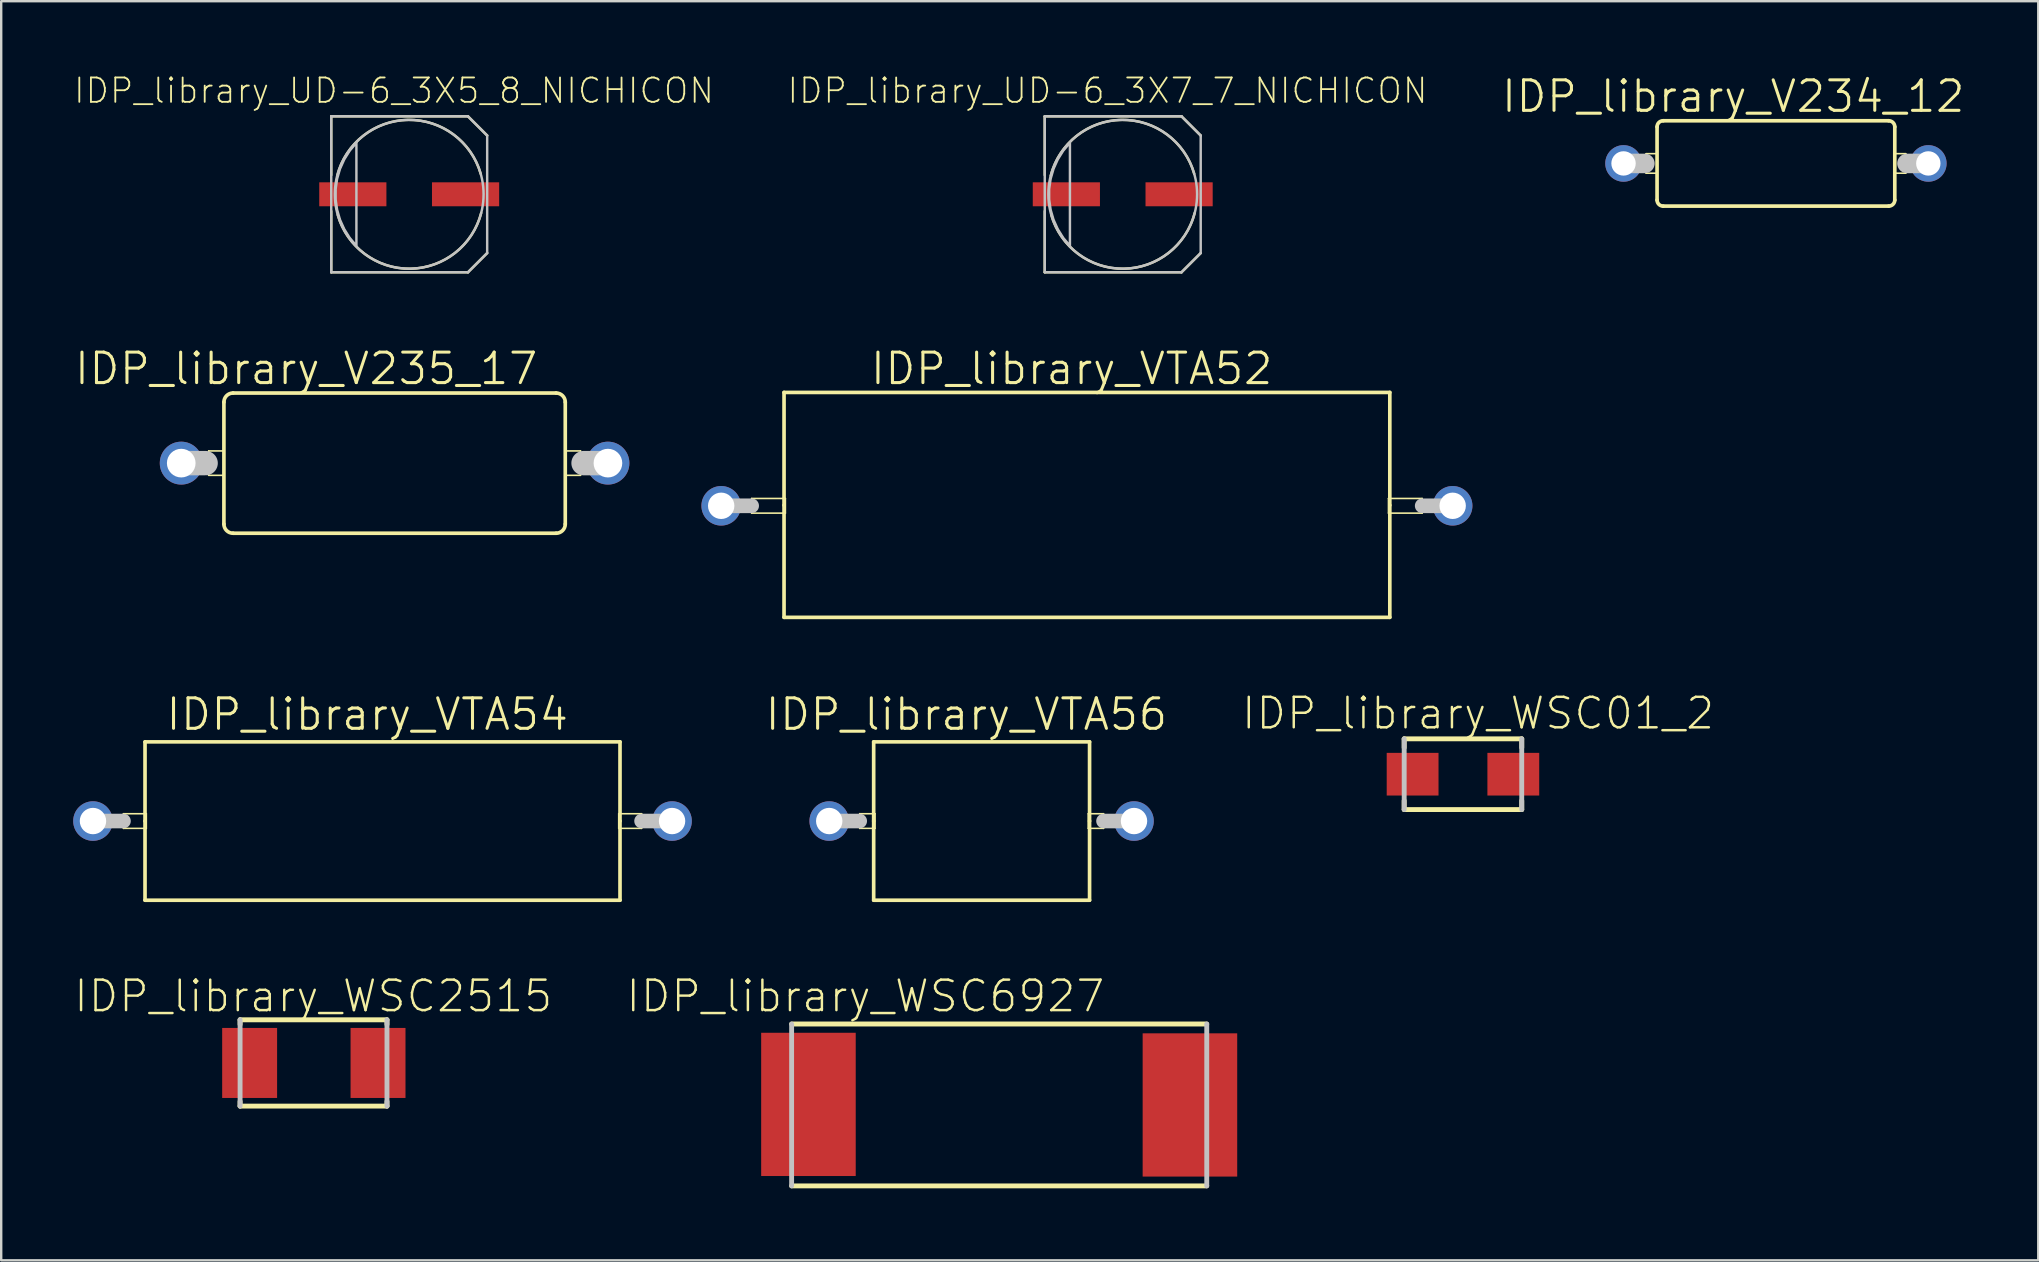
<source format=kicad_pcb>
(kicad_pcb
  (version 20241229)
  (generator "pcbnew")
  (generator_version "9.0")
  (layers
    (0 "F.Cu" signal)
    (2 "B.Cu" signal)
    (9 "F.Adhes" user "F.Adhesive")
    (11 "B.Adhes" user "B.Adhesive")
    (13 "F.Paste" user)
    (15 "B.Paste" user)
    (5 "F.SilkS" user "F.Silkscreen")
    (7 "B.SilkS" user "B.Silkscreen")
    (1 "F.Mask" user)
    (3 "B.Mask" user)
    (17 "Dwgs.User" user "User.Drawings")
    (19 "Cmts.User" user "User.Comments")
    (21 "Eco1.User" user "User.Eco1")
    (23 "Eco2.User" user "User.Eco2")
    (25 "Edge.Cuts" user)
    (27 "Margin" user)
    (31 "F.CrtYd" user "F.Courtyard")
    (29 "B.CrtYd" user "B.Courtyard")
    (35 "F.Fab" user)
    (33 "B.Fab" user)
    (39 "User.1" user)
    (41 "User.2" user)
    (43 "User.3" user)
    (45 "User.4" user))
  (footprint "IDP_library_V234_12"
    (layer "F.Cu")
    (at 70.951 3.76)
    (property "Reference" "IDP_library_V234_12" (at -1.778 -2.794 0) (layer "F.SilkS") (effects (font (size 1.27 1.27) (thickness 0.127))))
    (attr exclude_from_pos_files exclude_from_bom)
    (fp_line (start -5.41 -0.406) (end -4.953 -0.406) (stroke (width 0.066) (type solid)) (layer "F.SilkS"))
    (fp_line (start -5.41 0.406) (end -5.41 -0.406) (stroke (width 0.066) (type solid)) (layer "F.SilkS"))
    (fp_line (start -5.41 0.406) (end -4.953 0.406) (stroke (width 0.066) (type solid)) (layer "F.SilkS"))
    (fp_line (start -4.953 -1.524) (end -4.953 1.524) (stroke (width 0.152) (type solid)) (layer "F.SilkS"))
    (fp_line (start -4.953 0.406) (end -4.953 -0.406) (stroke (width 0.066) (type solid)) (layer "F.SilkS"))
    (fp_line (start -4.699 -1.778) (end 4.699 -1.778) (stroke (width 0.152) (type solid)) (layer "F.SilkS"))
    (fp_line (start 4.699 1.778) (end -4.699 1.778) (stroke (width 0.152) (type solid)) (layer "F.SilkS"))
    (fp_line (start 4.953 -1.524) (end 4.953 1.524) (stroke (width 0.152) (type solid)) (layer "F.SilkS"))
    (fp_line (start 4.953 -0.406) (end 5.41 -0.406) (stroke (width 0.066) (type solid)) (layer "F.SilkS"))
    (fp_line (start 4.953 0.406) (end 4.953 -0.406) (stroke (width 0.066) (type solid)) (layer "F.SilkS"))
    (fp_line (start 4.953 0.406) (end 5.41 0.406) (stroke (width 0.066) (type solid)) (layer "F.SilkS"))
    (fp_line (start 5.41 0.406) (end 5.41 -0.406) (stroke (width 0.066) (type solid)) (layer "F.SilkS"))
    (fp_arc (start -4.953 -1.524) (mid -4.878605 -1.703605) (end -4.699 -1.778) (stroke (width 0.1524) (type solid)) (layer "F.SilkS"))
    (fp_arc (start -4.699 1.778) (mid -4.878605 1.703605) (end -4.953 1.524) (stroke (width 0.1524) (type solid)) (layer "F.SilkS"))
    (fp_arc (start 4.699 -1.778) (mid 4.878605 -1.703605) (end 4.953 -1.524) (stroke (width 0.1524) (type solid)) (layer "F.SilkS"))
    (fp_arc (start 4.953 1.524) (mid 4.878605 1.703605) (end 4.699 1.778) (stroke (width 0.1524) (type solid)) (layer "F.SilkS"))
    (fp_line (start -6.35 0) (end -5.461 0) (stroke (width 0.813) (type solid)) (layer "Dwgs.User"))
    (fp_line (start 6.35 0) (end 5.461 0) (stroke (width 0.813) (type solid)) (layer "Dwgs.User"))
    (pad "1" thru_hole circle (at -6.35 0) (size 1.524 1.524) (drill 1.016) (layers "*.Cu" "*.Paste" "*.Mask"))
    (pad "2" thru_hole circle (at 6.35 0) (size 1.524 1.524) (drill 1.016) (layers "*.Cu" "*.Paste" "*.Mask")))
  (footprint "IDP_library_UD-6_3X5_8_NICHICON"
    (layer "F.Cu")
    (at 14.001 5.046)
    (property "Reference" "IDP_library_UD-6_3X5_8_NICHICON" (at -0.635 -4.318 0) (layer "F.SilkS") (effects (font (size 1.016 1.016) (thickness 0.076))))
    (attr smd)
    (fp_line (start -3.249 -3.249) (end 2.449 -3.249) (stroke (width 0.102) (type solid)) (layer "F.SilkS"))
    (fp_line (start -3.249 -0.798) (end -3.249 -3.249) (stroke (width 0.102) (type solid)) (layer "F.SilkS"))
    (fp_line (start -3.249 3.249) (end -3.249 0.699) (stroke (width 0.102) (type solid)) (layer "F.SilkS"))
    (fp_line (start 2.449 -3.249) (end 3.249 -2.449) (stroke (width 0.102) (type solid)) (layer "F.SilkS"))
    (fp_line (start 2.449 3.249) (end -3.249 3.249) (stroke (width 0.102) (type solid)) (layer "F.SilkS"))
    (fp_line (start 3.249 2.449) (end 2.449 3.249) (stroke (width 0.102) (type solid)) (layer "F.SilkS"))
    (fp_arc (start -2.99974 -0.7747) (mid -0.041101 -3.101702) (end 2.978257 -0.854045) (stroke (width 0.1016) (type solid)) (layer "F.SilkS"))
    (fp_arc (start 2.99974 0.7747) (mid 0.041101 3.101702) (end -2.978257 0.854045) (stroke (width 0.1016) (type solid)) (layer "F.SilkS"))
    (fp_line (start -3.249 -3.249) (end 2.449 -3.249) (stroke (width 0.102) (type solid)) (layer "Dwgs.User"))
    (fp_line (start -3.249 3.249) (end -3.249 -3.249) (stroke (width 0.102) (type solid)) (layer "Dwgs.User"))
    (fp_line (start 2.449 -3.249) (end 3.249 -2.449) (stroke (width 0.102) (type solid)) (layer "Dwgs.User"))
    (fp_line (start 2.449 3.249) (end -3.249 3.249) (stroke (width 0.102) (type solid)) (layer "Dwgs.User"))
    (fp_line (start 3.249 -2.449) (end 3.249 2.449) (stroke (width 0.102) (type solid)) (layer "Dwgs.User"))
    (fp_line (start 3.249 2.449) (end 2.449 3.249) (stroke (width 0.102) (type solid)) (layer "Dwgs.User"))
    (fp_circle (center 0 0) (end 0 -3.099) (stroke (width 0.102) (type solid)) (fill no) (layer "Dwgs.User"))
    (fp_poly (pts (xy -2.2 -2.149) (xy -2.479 -1.819) (xy -2.708 -1.453) (xy -2.885 -1.059) (xy -3.005 -0.643) (xy -3.066 -0.216) (xy -3.066 0.216) (xy -3.005 0.643) (xy -2.885 1.059) (xy -2.708 1.453) (xy -2.479 1.819) (xy -2.2 2.149) (xy -2.2 -2.149)) (stroke (width 0.102) (type solid)) (fill no) (layer "Dwgs.User"))
    (pad "+" smd rect (at 2.349 0) (size 2.799 0.998) (layers "F.Cu" "F.Mask" "F.Paste"))
    (pad "-" smd rect (at -2.349 0) (size 2.799 0.998) (layers "F.Cu" "F.Mask" "F.Paste")))
  (footprint "IDP_library_WSC2515"
    (layer "F.Cu")
    (at 10.027 41.242)
    (property "Reference" "IDP_library_WSC2515" (at -0.023 -2.784 0) (layer "F.SilkS") (effects (font (size 1.27 1.27) (thickness 0.102))))
    (attr smd)
    (fp_line (start -3.073 -1.798) (end -3.073 -1.605) (stroke (width 0.203) (type solid)) (layer "F.SilkS"))
    (fp_line (start -3.073 1.605) (end -3.073 1.798) (stroke (width 0.203) (type solid)) (layer "F.SilkS"))
    (fp_line (start -3.073 1.798) (end 3.048 1.798) (stroke (width 0.203) (type solid)) (layer "F.SilkS"))
    (fp_line (start 3.048 -1.798) (end -3.073 -1.798) (stroke (width 0.203) (type solid)) (layer "F.SilkS"))
    (fp_line (start 3.048 -1.605) (end 3.048 -1.798) (stroke (width 0.203) (type solid)) (layer "F.SilkS"))
    (fp_line (start 3.048 1.798) (end 3.048 1.605) (stroke (width 0.203) (type solid)) (layer "F.SilkS"))
    (fp_line (start -3.073 -1.798) (end -3.073 1.798) (stroke (width 0.203) (type solid)) (layer "Dwgs.User"))
    (fp_line (start 3.048 1.798) (end 3.048 -1.798) (stroke (width 0.203) (type solid)) (layer "Dwgs.User"))
    (pad "1" smd rect (at -2.675 0) (size 2.289 2.918) (layers "F.Cu" "F.Mask" "F.Paste"))
    (pad "2" smd rect (at 2.675 0) (size 2.289 2.918) (layers "F.Cu" "F.Mask" "F.Paste")))
  (footprint "IDP_library_VTA56"
    (layer "F.Cu")
    (at 37.853 31.162)
    (property "Reference" "IDP_library_VTA56" (at -0.635 -4.445 0) (layer "F.SilkS") (effects (font (size 1.27 1.27) (thickness 0.127))))
    (attr exclude_from_pos_files exclude_from_bom)
    (fp_line (start -5.08 -0.305) (end -4.445 -0.305) (stroke (width 0.066) (type solid)) (layer "F.SilkS"))
    (fp_line (start -5.08 0.305) (end -5.08 -0.305) (stroke (width 0.066) (type solid)) (layer "F.SilkS"))
    (fp_line (start -5.08 0.305) (end -4.445 0.305) (stroke (width 0.066) (type solid)) (layer "F.SilkS"))
    (fp_line (start -4.498 -3.299) (end -4.498 0) (stroke (width 0.152) (type solid)) (layer "F.SilkS"))
    (fp_line (start -4.498 0) (end -4.498 3.299) (stroke (width 0.152) (type solid)) (layer "F.SilkS"))
    (fp_line (start -4.498 3.299) (end 4.498 3.299) (stroke (width 0.152) (type solid)) (layer "F.SilkS"))
    (fp_line (start -4.445 0.305) (end -4.445 -0.305) (stroke (width 0.066) (type solid)) (layer "F.SilkS"))
    (fp_line (start 4.445 -0.305) (end 5.08 -0.305) (stroke (width 0.066) (type solid)) (layer "F.SilkS"))
    (fp_line (start 4.445 0.305) (end 4.445 -0.305) (stroke (width 0.066) (type solid)) (layer "F.SilkS"))
    (fp_line (start 4.445 0.305) (end 5.08 0.305) (stroke (width 0.066) (type solid)) (layer "F.SilkS"))
    (fp_line (start 4.498 -3.299) (end -4.498 -3.299) (stroke (width 0.152) (type solid)) (layer "F.SilkS"))
    (fp_line (start 4.498 0) (end 4.498 -3.299) (stroke (width 0.152) (type solid)) (layer "F.SilkS"))
    (fp_line (start 4.498 3.299) (end 4.498 0) (stroke (width 0.152) (type solid)) (layer "F.SilkS"))
    (fp_line (start 5.08 0.305) (end 5.08 -0.305) (stroke (width 0.066) (type solid)) (layer "F.SilkS"))
    (fp_line (start -6.35 0) (end -5.08 0) (stroke (width 0.61) (type solid)) (layer "Dwgs.User"))
    (fp_line (start 5.08 0) (end 6.35 0) (stroke (width 0.61) (type solid)) (layer "Dwgs.User"))
    (pad "1" thru_hole circle (at -6.35 0) (size 1.648 1.648) (drill 1.1) (layers "*.Cu" "*.Paste" "*.Mask"))
    (pad "2" thru_hole circle (at 6.35 0) (size 1.648 1.648) (drill 1.1) (layers "*.Cu" "*.Paste" "*.Mask")))
  (footprint "IDP_library_WSC6927"
    (layer "F.Cu")
    (at 38.585 42.992)
    (property "Reference" "IDP_library_WSC6927" (at -5.573 -4.534 0) (layer "F.SilkS") (effects (font (size 1.27 1.27) (thickness 0.102))))
    (attr smd)
    (fp_line (start -8.649 3.373) (end 8.649 3.373) (stroke (width 0.203) (type solid)) (layer "F.SilkS"))
    (fp_line (start 8.649 -3.373) (end -8.649 -3.373) (stroke (width 0.203) (type solid)) (layer "F.SilkS"))
    (fp_line (start -8.649 -3.373) (end -8.649 3.373) (stroke (width 0.203) (type solid)) (layer "Dwgs.User"))
    (fp_line (start 8.649 3.373) (end 8.649 -3.373) (stroke (width 0.203) (type solid)) (layer "Dwgs.User"))
    (pad "1" smd rect (at -7.948 -0.023) (size 3.94 5.969) (layers "F.Cu" "F.Mask" "F.Paste"))
    (pad "2" smd rect (at 7.948 0) (size 3.94 5.969) (layers "F.Cu" "F.Mask" "F.Paste")))
  (footprint "IDP_library_WSC01_2"
    (layer "F.Cu")
    (at 57.91 29.21)
    (property "Reference" "IDP_library_WSC01_2" (at 0.63 -2.537 0) (layer "F.SilkS") (effects (font (size 1.27 1.27) (thickness 0.102))))
    (attr smd)
    (fp_line (start -2.449 -1.473) (end -2.449 -1.105) (stroke (width 0.203) (type solid)) (layer "F.SilkS"))
    (fp_line (start -2.449 1.105) (end -2.449 1.473) (stroke (width 0.203) (type solid)) (layer "F.SilkS"))
    (fp_line (start -2.449 1.473) (end 2.449 1.473) (stroke (width 0.203) (type solid)) (layer "F.SilkS"))
    (fp_line (start 2.449 -1.473) (end -2.449 -1.473) (stroke (width 0.203) (type solid)) (layer "F.SilkS"))
    (fp_line (start 2.449 -1.105) (end 2.449 -1.473) (stroke (width 0.203) (type solid)) (layer "F.SilkS"))
    (fp_line (start 2.449 1.473) (end 2.449 1.105) (stroke (width 0.203) (type solid)) (layer "F.SilkS"))
    (fp_line (start -2.449 -1.473) (end -2.449 1.473) (stroke (width 0.203) (type solid)) (layer "Dwgs.User"))
    (fp_line (start 2.449 1.473) (end 2.449 -1.473) (stroke (width 0.203) (type solid)) (layer "Dwgs.User"))
    (pad "1" smd rect (at -2.098 0) (size 2.159 1.778) (layers "F.Cu" "F.Mask" "F.Paste"))
    (pad "2" smd rect (at 2.098 0) (size 2.159 1.778) (layers "F.Cu" "F.Mask" "F.Paste")))
  (footprint "IDP_library_V235_17"
    (layer "F.Cu")
    (at 13.392 16.248)
    (property "Reference" "IDP_library_V235_17" (at -3.683 -3.937 0) (layer "F.SilkS") (effects (font (size 1.27 1.27) (thickness 0.127))))
    (attr exclude_from_pos_files exclude_from_bom)
    (fp_line (start -7.747 -0.508) (end -7.112 -0.508) (stroke (width 0.066) (type solid)) (layer "F.SilkS"))
    (fp_line (start -7.747 0.508) (end -7.747 -0.508) (stroke (width 0.066) (type solid)) (layer "F.SilkS"))
    (fp_line (start -7.747 0.508) (end -7.112 0.508) (stroke (width 0.066) (type solid)) (layer "F.SilkS"))
    (fp_line (start -7.112 -2.54) (end -7.112 2.54) (stroke (width 0.152) (type solid)) (layer "F.SilkS"))
    (fp_line (start -7.112 0.508) (end -7.112 -0.508) (stroke (width 0.066) (type solid)) (layer "F.SilkS"))
    (fp_line (start -6.731 -2.921) (end 6.731 -2.921) (stroke (width 0.152) (type solid)) (layer "F.SilkS"))
    (fp_line (start 6.731 2.921) (end -6.731 2.921) (stroke (width 0.152) (type solid)) (layer "F.SilkS"))
    (fp_line (start 7.112 -2.54) (end 7.112 2.54) (stroke (width 0.152) (type solid)) (layer "F.SilkS"))
    (fp_line (start 7.112 -0.508) (end 7.747 -0.508) (stroke (width 0.066) (type solid)) (layer "F.SilkS"))
    (fp_line (start 7.112 0.508) (end 7.112 -0.508) (stroke (width 0.066) (type solid)) (layer "F.SilkS"))
    (fp_line (start 7.112 0.508) (end 7.747 0.508) (stroke (width 0.066) (type solid)) (layer "F.SilkS"))
    (fp_line (start 7.747 0.508) (end 7.747 -0.508) (stroke (width 0.066) (type solid)) (layer "F.SilkS"))
    (fp_arc (start -7.112 -2.54) (mid -7.000408 -2.809408) (end -6.731 -2.921) (stroke (width 0.1524) (type solid)) (layer "F.SilkS"))
    (fp_arc (start -6.731 2.921) (mid -7.000408 2.809408) (end -7.112 2.54) (stroke (width 0.1524) (type solid)) (layer "F.SilkS"))
    (fp_arc (start 6.731 -2.921) (mid 7.000408 -2.809408) (end 7.112 -2.54) (stroke (width 0.1524) (type solid)) (layer "F.SilkS"))
    (fp_arc (start 7.112 2.54) (mid 7.000408 2.809408) (end 6.731 2.921) (stroke (width 0.1524) (type solid)) (layer "F.SilkS"))
    (fp_line (start -7.874 0) (end -8.89 0) (stroke (width 1.016) (type solid)) (layer "Dwgs.User"))
    (fp_line (start 8.89 0) (end 7.874 0) (stroke (width 1.016) (type solid)) (layer "Dwgs.User"))
    (pad "1" thru_hole circle (at -8.89 0) (size 1.788 1.788) (drill 1.194) (layers "*.Cu" "*.Paste" "*.Mask"))
    (pad "2" thru_hole circle (at 8.89 0) (size 1.788 1.788) (drill 1.194) (layers "*.Cu" "*.Paste" "*.Mask")))
  (footprint "IDP_library_VTA54"
    (layer "F.Cu")
    (at 12.889 31.162)
    (property "Reference" "IDP_library_VTA54" (at -0.635 -4.445 0) (layer "F.SilkS") (effects (font (size 1.27 1.27) (thickness 0.127))))
    (attr exclude_from_pos_files exclude_from_bom)
    (fp_line (start -10.795 -0.305) (end -9.842 -0.305) (stroke (width 0.066) (type solid)) (layer "F.SilkS"))
    (fp_line (start -10.795 0.305) (end -10.795 -0.305) (stroke (width 0.066) (type solid)) (layer "F.SilkS"))
    (fp_line (start -10.795 0.305) (end -9.842 0.305) (stroke (width 0.066) (type solid)) (layer "F.SilkS"))
    (fp_line (start -9.896 -3.299) (end -9.896 0) (stroke (width 0.152) (type solid)) (layer "F.SilkS"))
    (fp_line (start -9.896 0) (end -9.896 3.299) (stroke (width 0.152) (type solid)) (layer "F.SilkS"))
    (fp_line (start -9.896 3.299) (end 9.896 3.299) (stroke (width 0.152) (type solid)) (layer "F.SilkS"))
    (fp_line (start -9.842 0.305) (end -9.842 -0.305) (stroke (width 0.066) (type solid)) (layer "F.SilkS"))
    (fp_line (start 9.842 -0.305) (end 10.795 -0.305) (stroke (width 0.066) (type solid)) (layer "F.SilkS"))
    (fp_line (start 9.842 0.305) (end 9.842 -0.305) (stroke (width 0.066) (type solid)) (layer "F.SilkS"))
    (fp_line (start 9.842 0.305) (end 10.795 0.305) (stroke (width 0.066) (type solid)) (layer "F.SilkS"))
    (fp_line (start 9.896 -3.299) (end -9.896 -3.299) (stroke (width 0.152) (type solid)) (layer "F.SilkS"))
    (fp_line (start 9.896 0) (end 9.896 -3.299) (stroke (width 0.152) (type solid)) (layer "F.SilkS"))
    (fp_line (start 9.896 3.299) (end 9.896 0) (stroke (width 0.152) (type solid)) (layer "F.SilkS"))
    (fp_line (start 10.795 0.305) (end 10.795 -0.305) (stroke (width 0.066) (type solid)) (layer "F.SilkS"))
    (fp_line (start -12.065 0) (end -10.795 0) (stroke (width 0.61) (type solid)) (layer "Dwgs.User"))
    (fp_line (start 10.795 0) (end 12.065 0) (stroke (width 0.61) (type solid)) (layer "Dwgs.User"))
    (pad "1" thru_hole circle (at -12.065 0) (size 1.648 1.648) (drill 1.1) (layers "*.Cu" "*.Paste" "*.Mask"))
    (pad "2" thru_hole circle (at 12.065 0) (size 1.648 1.648) (drill 1.1) (layers "*.Cu" "*.Paste" "*.Mask")))
  (footprint "IDP_library_UD-6_3X7_7_NICHICON"
    (layer "F.Cu")
    (at 43.733 5.046)
    (property "Reference" "IDP_library_UD-6_3X7_7_NICHICON" (at -0.635 -4.318 0) (layer "F.SilkS") (effects (font (size 1.016 1.016) (thickness 0.076))))
    (attr smd)
    (fp_line (start -3.249 -3.249) (end 2.449 -3.249) (stroke (width 0.102) (type solid)) (layer "F.SilkS"))
    (fp_line (start -3.249 -0.798) (end -3.249 -3.249) (stroke (width 0.102) (type solid)) (layer "F.SilkS"))
    (fp_line (start -3.249 3.249) (end -3.249 0.699) (stroke (width 0.102) (type solid)) (layer "F.SilkS"))
    (fp_line (start 2.449 -3.249) (end 3.249 -2.449) (stroke (width 0.102) (type solid)) (layer "F.SilkS"))
    (fp_line (start 2.449 3.249) (end -3.249 3.249) (stroke (width 0.102) (type solid)) (layer "F.SilkS"))
    (fp_line (start 3.249 2.449) (end 2.449 3.249) (stroke (width 0.102) (type solid)) (layer "F.SilkS"))
    (fp_arc (start -2.99974 -0.7747) (mid -0.041101 -3.101702) (end 2.978257 -0.854045) (stroke (width 0.1016) (type solid)) (layer "F.SilkS"))
    (fp_arc (start 2.99974 0.7747) (mid 0.041101 3.101702) (end -2.978257 0.854045) (stroke (width 0.1016) (type solid)) (layer "F.SilkS"))
    (fp_line (start -3.249 -3.249) (end 2.449 -3.249) (stroke (width 0.102) (type solid)) (layer "Dwgs.User"))
    (fp_line (start -3.249 3.249) (end -3.249 -3.249) (stroke (width 0.102) (type solid)) (layer "Dwgs.User"))
    (fp_line (start 2.449 -3.249) (end 3.249 -2.449) (stroke (width 0.102) (type solid)) (layer "Dwgs.User"))
    (fp_line (start 2.449 3.249) (end -3.249 3.249) (stroke (width 0.102) (type solid)) (layer "Dwgs.User"))
    (fp_line (start 3.249 -2.449) (end 3.249 2.449) (stroke (width 0.102) (type solid)) (layer "Dwgs.User"))
    (fp_line (start 3.249 2.449) (end 2.449 3.249) (stroke (width 0.102) (type solid)) (layer "Dwgs.User"))
    (fp_circle (center 0 0) (end 0 -3.099) (stroke (width 0.102) (type solid)) (fill no) (layer "Dwgs.User"))
    (fp_poly (pts (xy -2.2 -2.149) (xy -2.479 -1.819) (xy -2.708 -1.453) (xy -2.885 -1.059) (xy -3.005 -0.643) (xy -3.066 -0.216) (xy -3.066 0.216) (xy -3.005 0.643) (xy -2.885 1.059) (xy -2.708 1.453) (xy -2.479 1.819) (xy -2.2 2.149) (xy -2.2 -2.149)) (stroke (width 0.102) (type solid)) (fill no) (layer "Dwgs.User"))
    (pad "+" smd rect (at 2.349 0) (size 2.799 0.998) (layers "F.Cu" "F.Mask" "F.Paste"))
    (pad "-" smd rect (at -2.349 0) (size 2.799 0.998) (layers "F.Cu" "F.Mask" "F.Paste")))
  (footprint "IDP_library_VTA52"
    (layer "F.Cu")
    (at 42.241 18.026)
    (property "Reference" "IDP_library_VTA52" (at -0.635 -5.715 0) (layer "F.SilkS") (effects (font (size 1.27 1.27) (thickness 0.127))))
    (attr exclude_from_pos_files exclude_from_bom)
    (fp_line (start -13.97 -0.305) (end -12.565 -0.305) (stroke (width 0.066) (type solid)) (layer "F.SilkS"))
    (fp_line (start -13.97 0.305) (end -13.97 -0.305) (stroke (width 0.066) (type solid)) (layer "F.SilkS"))
    (fp_line (start -13.97 0.305) (end -12.565 0.305) (stroke (width 0.066) (type solid)) (layer "F.SilkS"))
    (fp_line (start -12.621 -4.724) (end -12.621 -0.023) (stroke (width 0.152) (type solid)) (layer "F.SilkS"))
    (fp_line (start -12.621 -0.023) (end -12.621 4.648) (stroke (width 0.152) (type solid)) (layer "F.SilkS"))
    (fp_line (start -12.621 4.648) (end 12.621 4.648) (stroke (width 0.152) (type solid)) (layer "F.SilkS"))
    (fp_line (start -12.565 0.305) (end -12.565 -0.305) (stroke (width 0.066) (type solid)) (layer "F.SilkS"))
    (fp_line (start 12.565 -0.305) (end 13.97 -0.305) (stroke (width 0.066) (type solid)) (layer "F.SilkS"))
    (fp_line (start 12.565 0.305) (end 12.565 -0.305) (stroke (width 0.066) (type solid)) (layer "F.SilkS"))
    (fp_line (start 12.565 0.305) (end 13.97 0.305) (stroke (width 0.066) (type solid)) (layer "F.SilkS"))
    (fp_line (start 12.621 -4.724) (end -12.621 -4.724) (stroke (width 0.152) (type solid)) (layer "F.SilkS"))
    (fp_line (start 12.621 -0.023) (end 12.621 -4.724) (stroke (width 0.152) (type solid)) (layer "F.SilkS"))
    (fp_line (start 12.621 4.648) (end 12.621 -0.023) (stroke (width 0.152) (type solid)) (layer "F.SilkS"))
    (fp_line (start 13.97 0.305) (end 13.97 -0.305) (stroke (width 0.066) (type solid)) (layer "F.SilkS"))
    (fp_line (start -15.24 0) (end -13.97 0) (stroke (width 0.61) (type solid)) (layer "Dwgs.User"))
    (fp_line (start 13.97 0) (end 15.24 0) (stroke (width 0.61) (type solid)) (layer "Dwgs.User"))
    (pad "1" thru_hole circle (at -15.24 0) (size 1.648 1.648) (drill 1.1) (layers "*.Cu" "*.Paste" "*.Mask"))
    (pad "2" thru_hole circle (at 15.24 0) (size 1.648 1.648) (drill 1.1) (layers "*.Cu" "*.Paste" "*.Mask")))
  (gr_rect
    (start -3 -3)
    (end 81.882 49.467)
    (stroke (width 0.1) (type default))
    (fill no)
    (layer "Edge.Cuts")))
</source>
